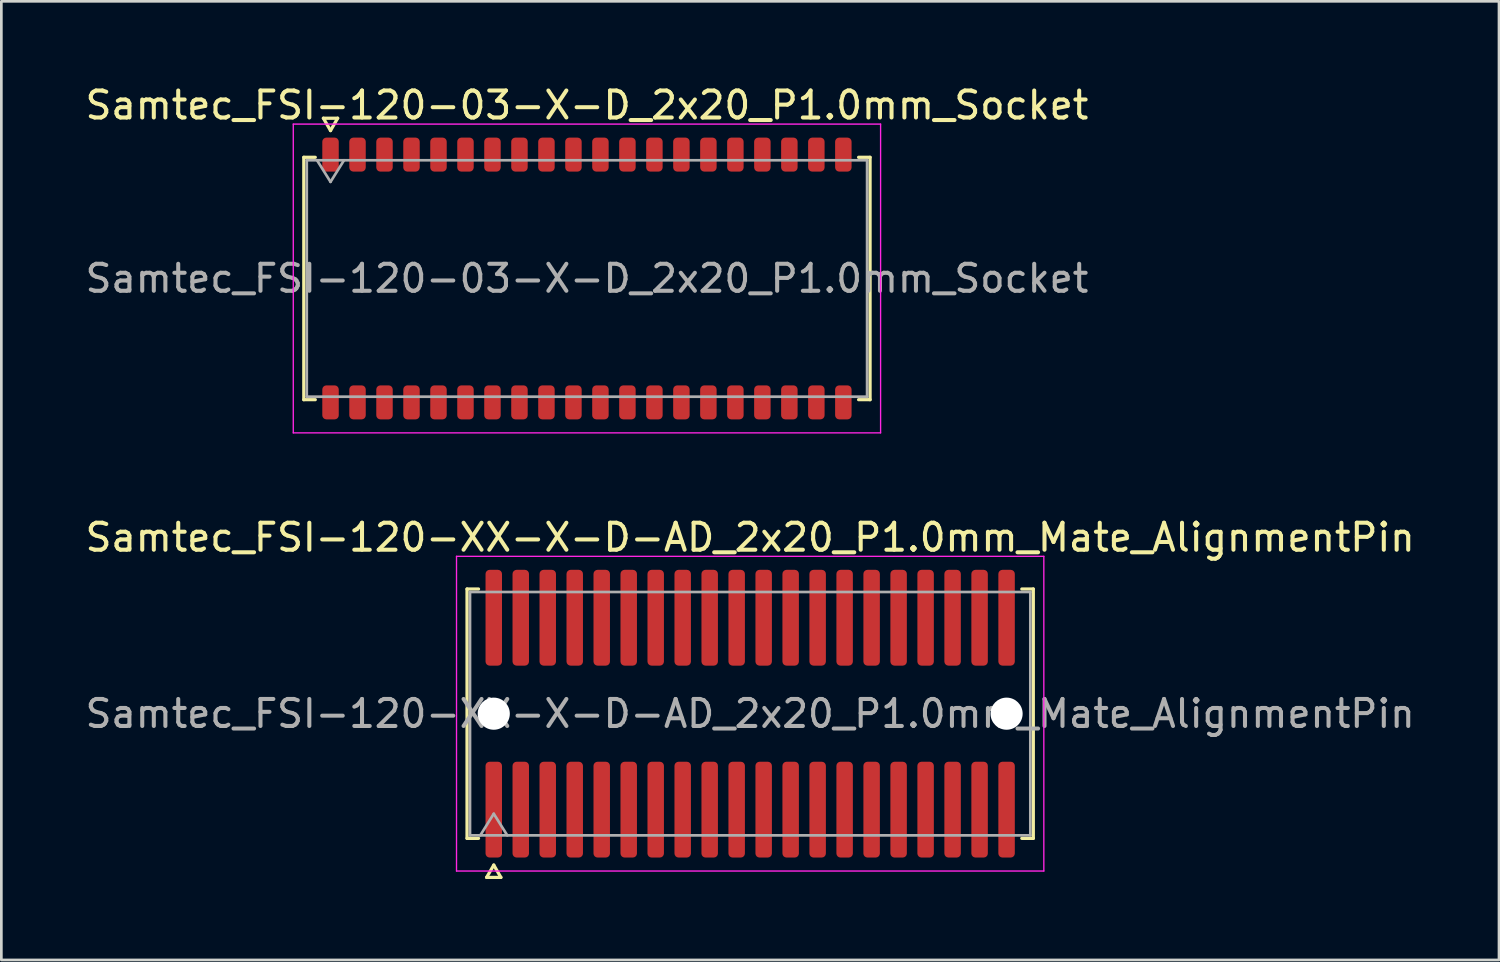
<source format=kicad_pcb>
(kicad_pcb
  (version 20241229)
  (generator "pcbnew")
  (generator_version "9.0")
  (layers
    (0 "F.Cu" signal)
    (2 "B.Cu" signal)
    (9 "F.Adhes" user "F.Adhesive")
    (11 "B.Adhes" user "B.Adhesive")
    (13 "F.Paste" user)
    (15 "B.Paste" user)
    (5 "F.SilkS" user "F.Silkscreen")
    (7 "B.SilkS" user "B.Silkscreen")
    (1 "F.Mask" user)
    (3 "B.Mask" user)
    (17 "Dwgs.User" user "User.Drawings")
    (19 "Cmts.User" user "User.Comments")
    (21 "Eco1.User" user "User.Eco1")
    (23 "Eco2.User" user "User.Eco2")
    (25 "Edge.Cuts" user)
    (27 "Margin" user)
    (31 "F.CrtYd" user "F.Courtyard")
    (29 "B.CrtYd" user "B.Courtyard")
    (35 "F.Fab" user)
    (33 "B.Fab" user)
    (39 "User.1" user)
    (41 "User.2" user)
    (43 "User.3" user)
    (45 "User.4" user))
  (footprint "Samtec_FSI-120-03-X-D_2x20_P1.0mm_Socket"
    (layer "F.Cu")
    (at 18.696 7.268)
    (property "Reference" "Samtec_FSI-120-03-X-D_2x20_P1.0mm_Socket" (at 0 -6.42 0) (layer "F.SilkS") (effects (font (size 1 1) (thickness 0.15))))
    (attr smd)
    (fp_line (start -10.49 -4.49) (end -10.065 -4.49) (stroke (width 0.12) (type solid)) (layer "F.SilkS"))
    (fp_line (start -10.49 4.49) (end -10.49 -4.49) (stroke (width 0.12) (type solid)) (layer "F.SilkS"))
    (fp_line (start -10.065 4.49) (end -10.49 4.49) (stroke (width 0.12) (type solid)) (layer "F.SilkS"))
    (fp_line (start -9.764 -5.938) (end -9.5 -5.48) (stroke (width 0.12) (type solid)) (layer "F.SilkS"))
    (fp_line (start -9.5 -5.48) (end -9.236 -5.938) (stroke (width 0.12) (type solid)) (layer "F.SilkS"))
    (fp_line (start -9.236 -5.938) (end -9.764 -5.938) (stroke (width 0.12) (type solid)) (layer "F.SilkS"))
    (fp_line (start 10.065 -4.49) (end 10.49 -4.49) (stroke (width 0.12) (type solid)) (layer "F.SilkS"))
    (fp_line (start 10.49 -4.49) (end 10.49 4.49) (stroke (width 0.12) (type solid)) (layer "F.SilkS"))
    (fp_line (start 10.49 4.49) (end 10.065 4.49) (stroke (width 0.12) (type solid)) (layer "F.SilkS"))
    (fp_line (start -10.88 -5.72) (end -10.88 5.72) (stroke (width 0.05) (type solid)) (layer "F.CrtYd"))
    (fp_line (start -10.88 5.72) (end 10.88 5.72) (stroke (width 0.05) (type solid)) (layer "F.CrtYd"))
    (fp_line (start 10.88 -5.72) (end -10.88 -5.72) (stroke (width 0.05) (type solid)) (layer "F.CrtYd"))
    (fp_line (start 10.88 5.72) (end 10.88 -5.72) (stroke (width 0.05) (type solid)) (layer "F.CrtYd"))
    (fp_line (start -10.38 -4.38) (end 10.38 -4.38) (stroke (width 0.1) (type solid)) (layer "F.Fab"))
    (fp_line (start -10.38 4.38) (end -10.38 -4.38) (stroke (width 0.1) (type solid)) (layer "F.Fab"))
    (fp_line (start -10 -4.38) (end -9.5 -3.58) (stroke (width 0.1) (type solid)) (layer "F.Fab"))
    (fp_line (start -9.5 -3.58) (end -9 -4.38) (stroke (width 0.1) (type solid)) (layer "F.Fab"))
    (fp_line (start 10.38 -4.38) (end 10.38 4.38) (stroke (width 0.1) (type solid)) (layer "F.Fab"))
    (fp_line (start 10.38 4.38) (end -10.38 4.38) (stroke (width 0.1) (type solid)) (layer "F.Fab"))
    (fp_text user "${REFERENCE}" (at 0 0 0) (layer "F.Fab") (effects (font (size 1 1) (thickness 0.15))))
    (pad "1" smd roundrect (at -9.5 -4.59) (size 0.61 1.26) (layers "F.Cu" "F.Mask" "F.Paste") (roundrect_rratio 0.25))
    (pad "2" smd roundrect (at -9.5 4.59) (size 0.61 1.26) (layers "F.Cu" "F.Mask" "F.Paste") (roundrect_rratio 0.25))
    (pad "3" smd roundrect (at -8.5 -4.59) (size 0.61 1.26) (layers "F.Cu" "F.Mask" "F.Paste") (roundrect_rratio 0.25))
    (pad "4" smd roundrect (at -8.5 4.59) (size 0.61 1.26) (layers "F.Cu" "F.Mask" "F.Paste") (roundrect_rratio 0.25))
    (pad "5" smd roundrect (at -7.5 -4.59) (size 0.61 1.26) (layers "F.Cu" "F.Mask" "F.Paste") (roundrect_rratio 0.25))
    (pad "6" smd roundrect (at -7.5 4.59) (size 0.61 1.26) (layers "F.Cu" "F.Mask" "F.Paste") (roundrect_rratio 0.25))
    (pad "7" smd roundrect (at -6.5 -4.59) (size 0.61 1.26) (layers "F.Cu" "F.Mask" "F.Paste") (roundrect_rratio 0.25))
    (pad "8" smd roundrect (at -6.5 4.59) (size 0.61 1.26) (layers "F.Cu" "F.Mask" "F.Paste") (roundrect_rratio 0.25))
    (pad "9" smd roundrect (at -5.5 -4.59) (size 0.61 1.26) (layers "F.Cu" "F.Mask" "F.Paste") (roundrect_rratio 0.25))
    (pad "10" smd roundrect (at -5.5 4.59) (size 0.61 1.26) (layers "F.Cu" "F.Mask" "F.Paste") (roundrect_rratio 0.25))
    (pad "11" smd roundrect (at -4.5 -4.59) (size 0.61 1.26) (layers "F.Cu" "F.Mask" "F.Paste") (roundrect_rratio 0.25))
    (pad "12" smd roundrect (at -4.5 4.59) (size 0.61 1.26) (layers "F.Cu" "F.Mask" "F.Paste") (roundrect_rratio 0.25))
    (pad "13" smd roundrect (at -3.5 -4.59) (size 0.61 1.26) (layers "F.Cu" "F.Mask" "F.Paste") (roundrect_rratio 0.25))
    (pad "14" smd roundrect (at -3.5 4.59) (size 0.61 1.26) (layers "F.Cu" "F.Mask" "F.Paste") (roundrect_rratio 0.25))
    (pad "15" smd roundrect (at -2.5 -4.59) (size 0.61 1.26) (layers "F.Cu" "F.Mask" "F.Paste") (roundrect_rratio 0.25))
    (pad "16" smd roundrect (at -2.5 4.59) (size 0.61 1.26) (layers "F.Cu" "F.Mask" "F.Paste") (roundrect_rratio 0.25))
    (pad "17" smd roundrect (at -1.5 -4.59) (size 0.61 1.26) (layers "F.Cu" "F.Mask" "F.Paste") (roundrect_rratio 0.25))
    (pad "18" smd roundrect (at -1.5 4.59) (size 0.61 1.26) (layers "F.Cu" "F.Mask" "F.Paste") (roundrect_rratio 0.25))
    (pad "19" smd roundrect (at -0.5 -4.59) (size 0.61 1.26) (layers "F.Cu" "F.Mask" "F.Paste") (roundrect_rratio 0.25))
    (pad "20" smd roundrect (at -0.5 4.59) (size 0.61 1.26) (layers "F.Cu" "F.Mask" "F.Paste") (roundrect_rratio 0.25))
    (pad "21" smd roundrect (at 0.5 -4.59) (size 0.61 1.26) (layers "F.Cu" "F.Mask" "F.Paste") (roundrect_rratio 0.25))
    (pad "22" smd roundrect (at 0.5 4.59) (size 0.61 1.26) (layers "F.Cu" "F.Mask" "F.Paste") (roundrect_rratio 0.25))
    (pad "23" smd roundrect (at 1.5 -4.59) (size 0.61 1.26) (layers "F.Cu" "F.Mask" "F.Paste") (roundrect_rratio 0.25))
    (pad "24" smd roundrect (at 1.5 4.59) (size 0.61 1.26) (layers "F.Cu" "F.Mask" "F.Paste") (roundrect_rratio 0.25))
    (pad "25" smd roundrect (at 2.5 -4.59) (size 0.61 1.26) (layers "F.Cu" "F.Mask" "F.Paste") (roundrect_rratio 0.25))
    (pad "26" smd roundrect (at 2.5 4.59) (size 0.61 1.26) (layers "F.Cu" "F.Mask" "F.Paste") (roundrect_rratio 0.25))
    (pad "27" smd roundrect (at 3.5 -4.59) (size 0.61 1.26) (layers "F.Cu" "F.Mask" "F.Paste") (roundrect_rratio 0.25))
    (pad "28" smd roundrect (at 3.5 4.59) (size 0.61 1.26) (layers "F.Cu" "F.Mask" "F.Paste") (roundrect_rratio 0.25))
    (pad "29" smd roundrect (at 4.5 -4.59) (size 0.61 1.26) (layers "F.Cu" "F.Mask" "F.Paste") (roundrect_rratio 0.25))
    (pad "30" smd roundrect (at 4.5 4.59) (size 0.61 1.26) (layers "F.Cu" "F.Mask" "F.Paste") (roundrect_rratio 0.25))
    (pad "31" smd roundrect (at 5.5 -4.59) (size 0.61 1.26) (layers "F.Cu" "F.Mask" "F.Paste") (roundrect_rratio 0.25))
    (pad "32" smd roundrect (at 5.5 4.59) (size 0.61 1.26) (layers "F.Cu" "F.Mask" "F.Paste") (roundrect_rratio 0.25))
    (pad "33" smd roundrect (at 6.5 -4.59) (size 0.61 1.26) (layers "F.Cu" "F.Mask" "F.Paste") (roundrect_rratio 0.25))
    (pad "34" smd roundrect (at 6.5 4.59) (size 0.61 1.26) (layers "F.Cu" "F.Mask" "F.Paste") (roundrect_rratio 0.25))
    (pad "35" smd roundrect (at 7.5 -4.59) (size 0.61 1.26) (layers "F.Cu" "F.Mask" "F.Paste") (roundrect_rratio 0.25))
    (pad "36" smd roundrect (at 7.5 4.59) (size 0.61 1.26) (layers "F.Cu" "F.Mask" "F.Paste") (roundrect_rratio 0.25))
    (pad "37" smd roundrect (at 8.5 -4.59) (size 0.61 1.26) (layers "F.Cu" "F.Mask" "F.Paste") (roundrect_rratio 0.25))
    (pad "38" smd roundrect (at 8.5 4.59) (size 0.61 1.26) (layers "F.Cu" "F.Mask" "F.Paste") (roundrect_rratio 0.25))
    (pad "39" smd roundrect (at 9.5 -4.59) (size 0.61 1.26) (layers "F.Cu" "F.Mask" "F.Paste") (roundrect_rratio 0.25))
    (pad "40" smd roundrect (at 9.5 4.59) (size 0.61 1.26) (layers "F.Cu" "F.Mask" "F.Paste") (roundrect_rratio 0.25)))
  (footprint "Samtec_FSI-120-XX-X-D-AD_2x20_P1.0mm_Mate_AlignmentPin"
    (layer "F.Cu")
    (at 24.744 23.392)
    (property "Reference" "Samtec_FSI-120-XX-X-D-AD_2x20_P1.0mm_Mate_AlignmentPin" (at 0 -6.53 0) (layer "F.SilkS") (effects (font (size 1 1) (thickness 0.15))))
    (attr smd exclude_from_pos_files exclude_from_bom)
    (fp_line (start -10.49 -4.619) (end -10.065 -4.619) (stroke (width 0.12) (type solid)) (layer "F.SilkS"))
    (fp_line (start -10.49 4.619) (end -10.49 -4.619) (stroke (width 0.12) (type solid)) (layer "F.SilkS"))
    (fp_line (start -10.065 4.619) (end -10.49 4.619) (stroke (width 0.12) (type solid)) (layer "F.SilkS"))
    (fp_line (start -9.764 6.066) (end -9.5 5.609) (stroke (width 0.12) (type solid)) (layer "F.SilkS"))
    (fp_line (start -9.5 5.609) (end -9.236 6.066) (stroke (width 0.12) (type solid)) (layer "F.SilkS"))
    (fp_line (start -9.236 6.066) (end -9.764 6.066) (stroke (width 0.12) (type solid)) (layer "F.SilkS"))
    (fp_line (start 10.065 -4.619) (end 10.49 -4.619) (stroke (width 0.12) (type solid)) (layer "F.SilkS"))
    (fp_line (start 10.49 -4.619) (end 10.49 4.619) (stroke (width 0.12) (type solid)) (layer "F.SilkS"))
    (fp_line (start 10.49 4.619) (end 10.065 4.619) (stroke (width 0.12) (type solid)) (layer "F.SilkS"))
    (fp_line (start -10.88 -5.83) (end -10.88 5.83) (stroke (width 0.05) (type solid)) (layer "F.CrtYd"))
    (fp_line (start -10.88 5.83) (end 10.88 5.83) (stroke (width 0.05) (type solid)) (layer "F.CrtYd"))
    (fp_line (start 10.88 -5.83) (end -10.88 -5.83) (stroke (width 0.05) (type solid)) (layer "F.CrtYd"))
    (fp_line (start 10.88 5.83) (end 10.88 -5.83) (stroke (width 0.05) (type solid)) (layer "F.CrtYd"))
    (fp_line (start -10.38 -4.508) (end 10.38 -4.508) (stroke (width 0.1) (type solid)) (layer "F.Fab"))
    (fp_line (start -10.38 4.508) (end -10.38 -4.508) (stroke (width 0.1) (type solid)) (layer "F.Fab"))
    (fp_line (start -10 4.508) (end -9.5 3.708) (stroke (width 0.1) (type solid)) (layer "F.Fab"))
    (fp_line (start -9.5 3.708) (end -9 4.508) (stroke (width 0.1) (type solid)) (layer "F.Fab"))
    (fp_line (start 10.38 -4.508) (end 10.38 4.508) (stroke (width 0.1) (type solid)) (layer "F.Fab"))
    (fp_line (start 10.38 4.508) (end -10.38 4.508) (stroke (width 0.1) (type solid)) (layer "F.Fab"))
    (fp_text user "${REFERENCE}" (at 0 0 0) (layer "F.Fab") (effects (font (size 1 1) (thickness 0.15))))
    (pad "" np_thru_hole circle (at -9.5 0) (size 1.19 1.19) (drill 1.19) (layers "*.Cu" "*.Mask"))
    (pad "" np_thru_hole circle (at 9.5 0) (size 1.19 1.19) (drill 1.19) (layers "*.Cu" "*.Mask"))
    (pad "1" smd roundrect (at -9.5 3.555) (size 0.61 3.55) (layers "F.Cu" "F.Mask") (roundrect_rratio 0.25))
    (pad "2" smd roundrect (at -9.5 -3.555) (size 0.61 3.55) (layers "F.Cu" "F.Mask") (roundrect_rratio 0.25))
    (pad "3" smd roundrect (at -8.5 3.555) (size 0.61 3.55) (layers "F.Cu" "F.Mask") (roundrect_rratio 0.25))
    (pad "4" smd roundrect (at -8.5 -3.555) (size 0.61 3.55) (layers "F.Cu" "F.Mask") (roundrect_rratio 0.25))
    (pad "5" smd roundrect (at -7.5 3.555) (size 0.61 3.55) (layers "F.Cu" "F.Mask") (roundrect_rratio 0.25))
    (pad "6" smd roundrect (at -7.5 -3.555) (size 0.61 3.55) (layers "F.Cu" "F.Mask") (roundrect_rratio 0.25))
    (pad "7" smd roundrect (at -6.5 3.555) (size 0.61 3.55) (layers "F.Cu" "F.Mask") (roundrect_rratio 0.25))
    (pad "8" smd roundrect (at -6.5 -3.555) (size 0.61 3.55) (layers "F.Cu" "F.Mask") (roundrect_rratio 0.25))
    (pad "9" smd roundrect (at -5.5 3.555) (size 0.61 3.55) (layers "F.Cu" "F.Mask") (roundrect_rratio 0.25))
    (pad "10" smd roundrect (at -5.5 -3.555) (size 0.61 3.55) (layers "F.Cu" "F.Mask") (roundrect_rratio 0.25))
    (pad "11" smd roundrect (at -4.5 3.555) (size 0.61 3.55) (layers "F.Cu" "F.Mask") (roundrect_rratio 0.25))
    (pad "12" smd roundrect (at -4.5 -3.555) (size 0.61 3.55) (layers "F.Cu" "F.Mask") (roundrect_rratio 0.25))
    (pad "13" smd roundrect (at -3.5 3.555) (size 0.61 3.55) (layers "F.Cu" "F.Mask") (roundrect_rratio 0.25))
    (pad "14" smd roundrect (at -3.5 -3.555) (size 0.61 3.55) (layers "F.Cu" "F.Mask") (roundrect_rratio 0.25))
    (pad "15" smd roundrect (at -2.5 3.555) (size 0.61 3.55) (layers "F.Cu" "F.Mask") (roundrect_rratio 0.25))
    (pad "16" smd roundrect (at -2.5 -3.555) (size 0.61 3.55) (layers "F.Cu" "F.Mask") (roundrect_rratio 0.25))
    (pad "17" smd roundrect (at -1.5 3.555) (size 0.61 3.55) (layers "F.Cu" "F.Mask") (roundrect_rratio 0.25))
    (pad "18" smd roundrect (at -1.5 -3.555) (size 0.61 3.55) (layers "F.Cu" "F.Mask") (roundrect_rratio 0.25))
    (pad "19" smd roundrect (at -0.5 3.555) (size 0.61 3.55) (layers "F.Cu" "F.Mask") (roundrect_rratio 0.25))
    (pad "20" smd roundrect (at -0.5 -3.555) (size 0.61 3.55) (layers "F.Cu" "F.Mask") (roundrect_rratio 0.25))
    (pad "21" smd roundrect (at 0.5 3.555) (size 0.61 3.55) (layers "F.Cu" "F.Mask") (roundrect_rratio 0.25))
    (pad "22" smd roundrect (at 0.5 -3.555) (size 0.61 3.55) (layers "F.Cu" "F.Mask") (roundrect_rratio 0.25))
    (pad "23" smd roundrect (at 1.5 3.555) (size 0.61 3.55) (layers "F.Cu" "F.Mask") (roundrect_rratio 0.25))
    (pad "24" smd roundrect (at 1.5 -3.555) (size 0.61 3.55) (layers "F.Cu" "F.Mask") (roundrect_rratio 0.25))
    (pad "25" smd roundrect (at 2.5 3.555) (size 0.61 3.55) (layers "F.Cu" "F.Mask") (roundrect_rratio 0.25))
    (pad "26" smd roundrect (at 2.5 -3.555) (size 0.61 3.55) (layers "F.Cu" "F.Mask") (roundrect_rratio 0.25))
    (pad "27" smd roundrect (at 3.5 3.555) (size 0.61 3.55) (layers "F.Cu" "F.Mask") (roundrect_rratio 0.25))
    (pad "28" smd roundrect (at 3.5 -3.555) (size 0.61 3.55) (layers "F.Cu" "F.Mask") (roundrect_rratio 0.25))
    (pad "29" smd roundrect (at 4.5 3.555) (size 0.61 3.55) (layers "F.Cu" "F.Mask") (roundrect_rratio 0.25))
    (pad "30" smd roundrect (at 4.5 -3.555) (size 0.61 3.55) (layers "F.Cu" "F.Mask") (roundrect_rratio 0.25))
    (pad "31" smd roundrect (at 5.5 3.555) (size 0.61 3.55) (layers "F.Cu" "F.Mask") (roundrect_rratio 0.25))
    (pad "32" smd roundrect (at 5.5 -3.555) (size 0.61 3.55) (layers "F.Cu" "F.Mask") (roundrect_rratio 0.25))
    (pad "33" smd roundrect (at 6.5 3.555) (size 0.61 3.55) (layers "F.Cu" "F.Mask") (roundrect_rratio 0.25))
    (pad "34" smd roundrect (at 6.5 -3.555) (size 0.61 3.55) (layers "F.Cu" "F.Mask") (roundrect_rratio 0.25))
    (pad "35" smd roundrect (at 7.5 3.555) (size 0.61 3.55) (layers "F.Cu" "F.Mask") (roundrect_rratio 0.25))
    (pad "36" smd roundrect (at 7.5 -3.555) (size 0.61 3.55) (layers "F.Cu" "F.Mask") (roundrect_rratio 0.25))
    (pad "37" smd roundrect (at 8.5 3.555) (size 0.61 3.55) (layers "F.Cu" "F.Mask") (roundrect_rratio 0.25))
    (pad "38" smd roundrect (at 8.5 -3.555) (size 0.61 3.55) (layers "F.Cu" "F.Mask") (roundrect_rratio 0.25))
    (pad "39" smd roundrect (at 9.5 3.555) (size 0.61 3.55) (layers "F.Cu" "F.Mask") (roundrect_rratio 0.25))
    (pad "40" smd roundrect (at 9.5 -3.555) (size 0.61 3.55) (layers "F.Cu" "F.Mask") (roundrect_rratio 0.25)))
  (gr_rect
    (start -3 -3)
    (end 52.488 32.517)
    (stroke (width 0.1) (type default))
    (fill no)
    (layer "Edge.Cuts")))
</source>
